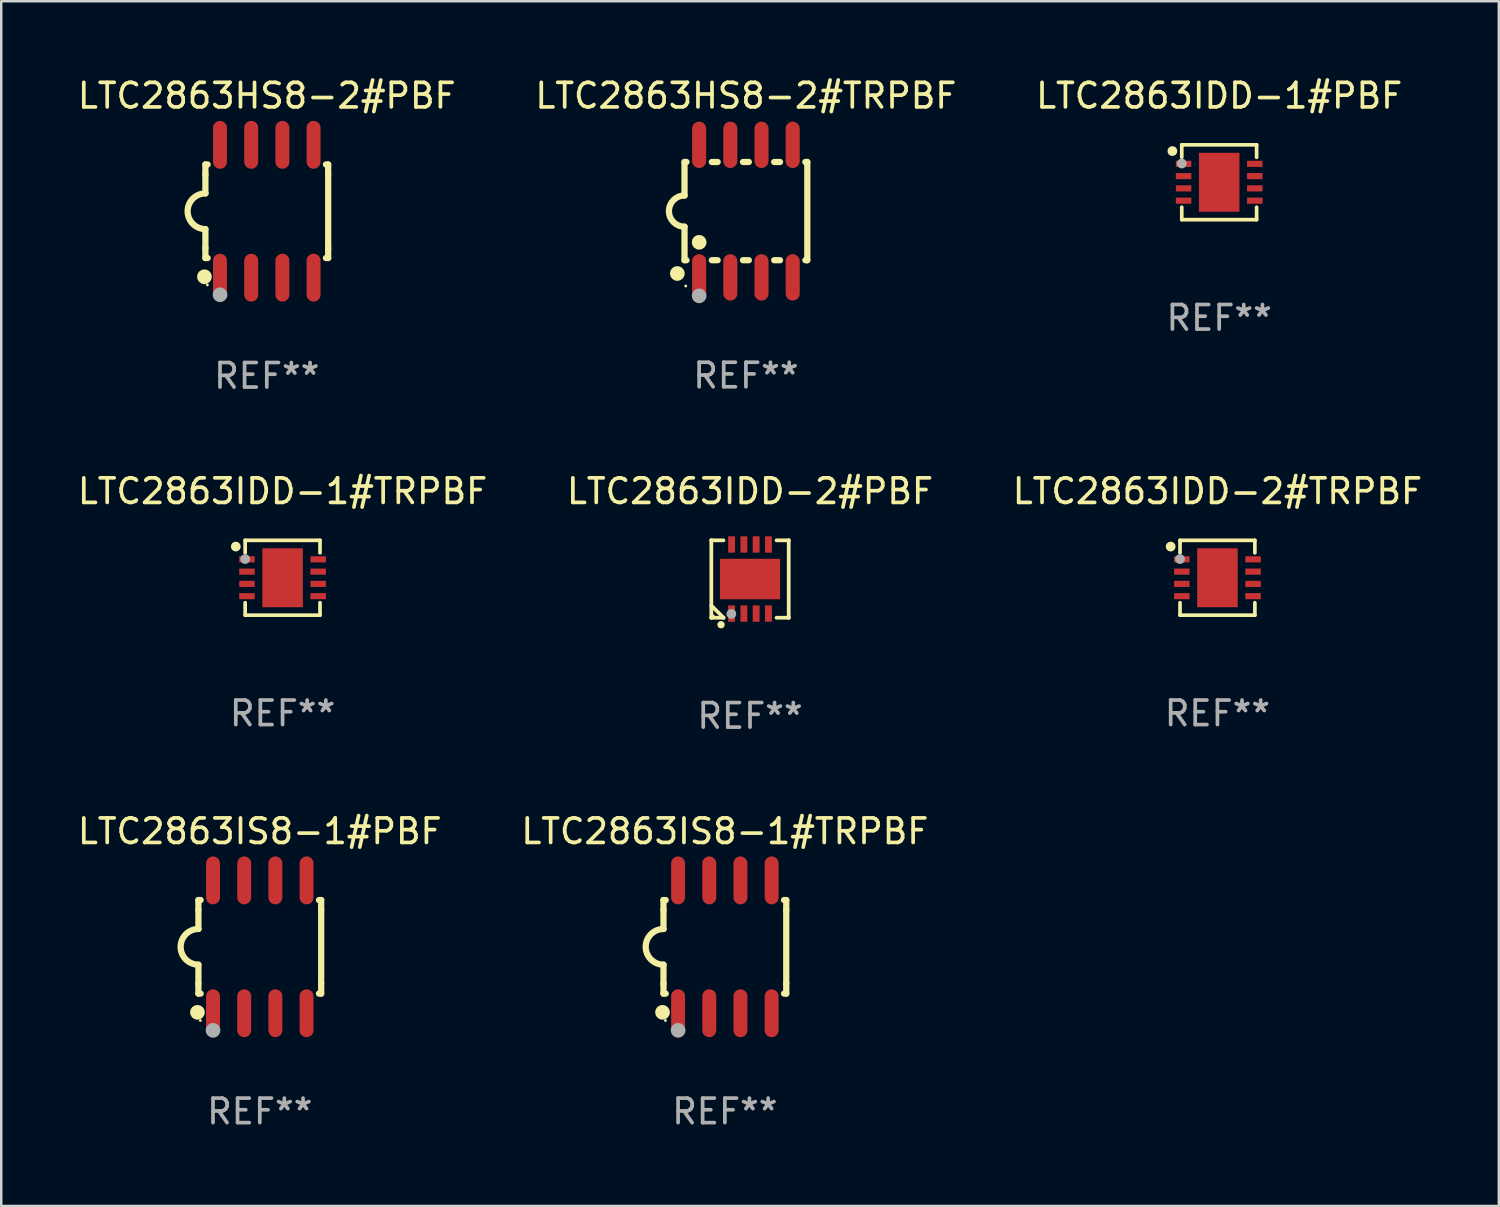
<source format=kicad_pcb>
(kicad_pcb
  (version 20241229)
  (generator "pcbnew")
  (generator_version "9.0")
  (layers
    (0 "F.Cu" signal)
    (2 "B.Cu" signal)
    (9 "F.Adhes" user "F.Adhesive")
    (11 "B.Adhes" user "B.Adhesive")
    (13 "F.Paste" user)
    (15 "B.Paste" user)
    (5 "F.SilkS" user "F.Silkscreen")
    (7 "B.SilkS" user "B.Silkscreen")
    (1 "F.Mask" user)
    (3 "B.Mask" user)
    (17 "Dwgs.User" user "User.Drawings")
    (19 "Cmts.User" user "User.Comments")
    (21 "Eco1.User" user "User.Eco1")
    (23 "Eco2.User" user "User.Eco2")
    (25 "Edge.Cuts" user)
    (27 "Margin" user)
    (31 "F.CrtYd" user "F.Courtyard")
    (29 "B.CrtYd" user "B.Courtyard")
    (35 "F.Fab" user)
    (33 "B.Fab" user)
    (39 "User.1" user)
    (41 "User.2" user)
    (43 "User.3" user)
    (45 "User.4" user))
  (footprint "LTC2863HS8-2#PBF"
    (layer "F.Cu")
    (at 7.815 5.553)
    (property "Reference" "LTC2863HS8-2#PBF" (at 0 -4.705 0) (layer "F.SilkS") (effects (font (size 1 1) (thickness 0.15))))
    (attr through_hole)
    (fp_line (start -2.5 -1.905) (end -2.409 -1.905) (stroke (width 0.254) (type solid)) (layer "F.SilkS"))
    (fp_line (start -2.5 -1.5) (end -2.5 -1.905) (stroke (width 0.254) (type solid)) (layer "F.SilkS"))
    (fp_line (start -2.5 -1.5) (end -2.5 -0.726) (stroke (width 0.254) (type solid)) (layer "F.SilkS"))
    (fp_line (start -2.5 1.5) (end -2.5 0.727) (stroke (width 0.254) (type solid)) (layer "F.SilkS"))
    (fp_line (start -2.5 1.5) (end -2.5 1.905) (stroke (width 0.254) (type solid)) (layer "F.SilkS"))
    (fp_line (start -2.5 1.905) (end -2.409 1.905) (stroke (width 0.254) (type solid)) (layer "F.SilkS"))
    (fp_line (start 2.5 -1.905) (end 2.409 -1.905) (stroke (width 0.254) (type solid)) (layer "F.SilkS"))
    (fp_line (start 2.5 -1.5) (end 2.5 -1.905) (stroke (width 0.254) (type solid)) (layer "F.SilkS"))
    (fp_line (start 2.5 -1.5) (end 2.5 1.5) (stroke (width 0.254) (type solid)) (layer "F.SilkS"))
    (fp_line (start 2.5 1.5) (end 2.5 1.905) (stroke (width 0.254) (type solid)) (layer "F.SilkS"))
    (fp_line (start 2.5 1.905) (end 2.409 1.905) (stroke (width 0.254) (type solid)) (layer "F.SilkS"))
    (fp_arc (start -2.5 0.726568) (mid -3.220316 -0.0023) (end -2.495097 -0.726289) (stroke (width 0.254001) (type solid)) (layer "F.SilkS"))
    (fp_circle (center -2.54 2.667) (end -2.39 2.667) (stroke (width 0.3) (type solid)) (fill no) (layer "F.SilkS"))
    (fp_circle (center -2.42 3) (end -2.39 3) (stroke (width 0.06) (type solid)) (fill no) (layer "F.SilkS"))
    (fp_circle (center -1.905 3.4) (end -1.755 3.4) (stroke (width 0.3) (type solid)) (fill no) (layer "F.Fab"))
    (fp_text user "REF**" (at 0 6.705 0) (layer "F.Fab") (effects (font (size 1 1) (thickness 0.15))))
    (pad "1" smd oval (at -1.905 2.705) (size 0.568 1.95) (layers "F.Cu" "F.Mask" "F.Paste"))
    (pad "2" smd oval (at -0.635 2.705) (size 0.568 1.95) (layers "F.Cu" "F.Mask" "F.Paste"))
    (pad "3" smd oval (at 0.635 2.705) (size 0.568 1.95) (layers "F.Cu" "F.Mask" "F.Paste"))
    (pad "4" smd oval (at 1.905 2.705) (size 0.568 1.95) (layers "F.Cu" "F.Mask" "F.Paste"))
    (pad "5" smd oval (at 1.905 -2.705) (size 0.568 1.95) (layers "F.Cu" "F.Mask" "F.Paste"))
    (pad "6" smd oval (at 0.635 -2.705) (size 0.568 1.95) (layers "F.Cu" "F.Mask" "F.Paste"))
    (pad "7" smd oval (at -0.635 -2.705) (size 0.568 1.95) (layers "F.Cu" "F.Mask" "F.Paste"))
    (pad "8" smd oval (at -1.905 -2.705) (size 0.568 1.95) (layers "F.Cu" "F.Mask" "F.Paste")))
  (footprint "LTC2863IS8-1#PBF"
    (layer "F.Cu")
    (at 7.53 35.509)
    (property "Reference" "LTC2863IS8-1#PBF" (at 0 -4.705 0) (layer "F.SilkS") (effects (font (size 1 1) (thickness 0.15))))
    (attr through_hole)
    (fp_line (start -2.5 -1.905) (end -2.409 -1.905) (stroke (width 0.254) (type solid)) (layer "F.SilkS"))
    (fp_line (start -2.5 -1.5) (end -2.5 -1.905) (stroke (width 0.254) (type solid)) (layer "F.SilkS"))
    (fp_line (start -2.5 -1.5) (end -2.5 -0.726) (stroke (width 0.254) (type solid)) (layer "F.SilkS"))
    (fp_line (start -2.5 1.5) (end -2.5 0.727) (stroke (width 0.254) (type solid)) (layer "F.SilkS"))
    (fp_line (start -2.5 1.5) (end -2.5 1.905) (stroke (width 0.254) (type solid)) (layer "F.SilkS"))
    (fp_line (start -2.5 1.905) (end -2.409 1.905) (stroke (width 0.254) (type solid)) (layer "F.SilkS"))
    (fp_line (start 2.5 -1.905) (end 2.409 -1.905) (stroke (width 0.254) (type solid)) (layer "F.SilkS"))
    (fp_line (start 2.5 -1.5) (end 2.5 -1.905) (stroke (width 0.254) (type solid)) (layer "F.SilkS"))
    (fp_line (start 2.5 -1.5) (end 2.5 1.5) (stroke (width 0.254) (type solid)) (layer "F.SilkS"))
    (fp_line (start 2.5 1.5) (end 2.5 1.905) (stroke (width 0.254) (type solid)) (layer "F.SilkS"))
    (fp_line (start 2.5 1.905) (end 2.409 1.905) (stroke (width 0.254) (type solid)) (layer "F.SilkS"))
    (fp_arc (start -2.5 0.726568) (mid -3.220316 -0.0023) (end -2.495097 -0.726289) (stroke (width 0.254001) (type solid)) (layer "F.SilkS"))
    (fp_circle (center -2.54 2.667) (end -2.39 2.667) (stroke (width 0.3) (type solid)) (fill no) (layer "F.SilkS"))
    (fp_circle (center -2.42 3) (end -2.39 3) (stroke (width 0.06) (type solid)) (fill no) (layer "F.SilkS"))
    (fp_circle (center -1.905 3.4) (end -1.755 3.4) (stroke (width 0.3) (type solid)) (fill no) (layer "F.Fab"))
    (fp_text user "REF**" (at 0 6.705 0) (layer "F.Fab") (effects (font (size 1 1) (thickness 0.15))))
    (pad "1" smd oval (at -1.905 2.705) (size 0.568 1.95) (layers "F.Cu" "F.Mask" "F.Paste"))
    (pad "2" smd oval (at -0.635 2.705) (size 0.568 1.95) (layers "F.Cu" "F.Mask" "F.Paste"))
    (pad "3" smd oval (at 0.635 2.705) (size 0.568 1.95) (layers "F.Cu" "F.Mask" "F.Paste"))
    (pad "4" smd oval (at 1.905 2.705) (size 0.568 1.95) (layers "F.Cu" "F.Mask" "F.Paste"))
    (pad "5" smd oval (at 1.905 -2.705) (size 0.568 1.95) (layers "F.Cu" "F.Mask" "F.Paste"))
    (pad "6" smd oval (at 0.635 -2.705) (size 0.568 1.95) (layers "F.Cu" "F.Mask" "F.Paste"))
    (pad "7" smd oval (at -0.635 -2.705) (size 0.568 1.95) (layers "F.Cu" "F.Mask" "F.Paste"))
    (pad "8" smd oval (at -1.905 -2.705) (size 0.568 1.95) (layers "F.Cu" "F.Mask" "F.Paste")))
  (footprint "LTC2863IDD-1#PBF"
    (layer "F.Cu")
    (at 46.601 4.372)
    (property "Reference" "LTC2863IDD-1#PBF" (at 0 -3.524 0) (layer "F.SilkS") (effects (font (size 1 1) (thickness 0.15))))
    (attr through_hole)
    (fp_line (start -1.524 -1.524) (end 1.524 -1.524) (stroke (width 0.15) (type solid)) (layer "F.SilkS"))
    (fp_line (start -1.524 -1.016) (end -1.524 -1.524) (stroke (width 0.15) (type solid)) (layer "F.SilkS"))
    (fp_line (start -1.524 1.016) (end -1.524 1.524) (stroke (width 0.15) (type solid)) (layer "F.SilkS"))
    (fp_line (start -1.524 1.524) (end 1.524 1.524) (stroke (width 0.15) (type solid)) (layer "F.SilkS"))
    (fp_line (start 1.524 -1.524) (end 1.524 -1.016) (stroke (width 0.15) (type solid)) (layer "F.SilkS"))
    (fp_line (start 1.524 1.524) (end 1.524 1.016) (stroke (width 0.15) (type solid)) (layer "F.SilkS"))
    (fp_circle (center -1.905 -1.27) (end -1.805 -1.27) (stroke (width 0.2) (type solid)) (fill no) (layer "F.SilkS"))
    (fp_circle (center -1.5 -1.5) (end -1.47 -1.5) (stroke (width 0.06) (type solid)) (fill no) (layer "F.SilkS"))
    (fp_circle (center -1.524 -0.762) (end -1.424 -0.762) (stroke (width 0.2) (type solid)) (fill no) (layer "F.Fab"))
    (fp_text user "REF**" (at 0 5.524 0) (layer "F.Fab") (effects (font (size 1 1) (thickness 0.15))))
    (pad "1" smd rect (at -1.45 -0.75) (size 0.63 0.25) (layers "F.Cu" "F.Mask" "F.Paste"))
    (pad "2" smd rect (at -1.45 -0.25) (size 0.63 0.25) (layers "F.Cu" "F.Mask" "F.Paste"))
    (pad "3" smd rect (at -1.45 0.25) (size 0.63 0.25) (layers "F.Cu" "F.Mask" "F.Paste"))
    (pad "4" smd rect (at -1.45 0.75) (size 0.63 0.25) (layers "F.Cu" "F.Mask" "F.Paste"))
    (pad "5" smd rect (at 1.45 0.75) (size 0.63 0.25) (layers "F.Cu" "F.Mask" "F.Paste"))
    (pad "6" smd rect (at 1.45 0.25) (size 0.63 0.25) (layers "F.Cu" "F.Mask" "F.Paste"))
    (pad "7" smd rect (at 1.45 -0.25) (size 0.63 0.25) (layers "F.Cu" "F.Mask" "F.Paste"))
    (pad "8" smd rect (at 1.45 -0.75) (size 0.63 0.25) (layers "F.Cu" "F.Mask" "F.Paste"))
    (pad "9" smd rect (at -0.000025 0.000127) (size 1.65 2.4) (layers "F.Cu" "F.Mask" "F.Paste")))
  (footprint "LTC2863IS8-1#TRPBF"
    (layer "F.Cu")
    (at 26.47 35.509)
    (property "Reference" "LTC2863IS8-1#TRPBF" (at 0 -4.705 0) (layer "F.SilkS") (effects (font (size 1 1) (thickness 0.15))))
    (attr through_hole)
    (fp_line (start -2.5 -1.905) (end -2.409 -1.905) (stroke (width 0.254) (type solid)) (layer "F.SilkS"))
    (fp_line (start -2.5 -1.5) (end -2.5 -1.905) (stroke (width 0.254) (type solid)) (layer "F.SilkS"))
    (fp_line (start -2.5 -1.5) (end -2.5 -0.726) (stroke (width 0.254) (type solid)) (layer "F.SilkS"))
    (fp_line (start -2.5 1.5) (end -2.5 0.727) (stroke (width 0.254) (type solid)) (layer "F.SilkS"))
    (fp_line (start -2.5 1.5) (end -2.5 1.905) (stroke (width 0.254) (type solid)) (layer "F.SilkS"))
    (fp_line (start -2.5 1.905) (end -2.409 1.905) (stroke (width 0.254) (type solid)) (layer "F.SilkS"))
    (fp_line (start 2.5 -1.905) (end 2.409 -1.905) (stroke (width 0.254) (type solid)) (layer "F.SilkS"))
    (fp_line (start 2.5 -1.5) (end 2.5 -1.905) (stroke (width 0.254) (type solid)) (layer "F.SilkS"))
    (fp_line (start 2.5 -1.5) (end 2.5 1.5) (stroke (width 0.254) (type solid)) (layer "F.SilkS"))
    (fp_line (start 2.5 1.5) (end 2.5 1.905) (stroke (width 0.254) (type solid)) (layer "F.SilkS"))
    (fp_line (start 2.5 1.905) (end 2.409 1.905) (stroke (width 0.254) (type solid)) (layer "F.SilkS"))
    (fp_arc (start -2.5 0.726568) (mid -3.220316 -0.0023) (end -2.495097 -0.726289) (stroke (width 0.254001) (type solid)) (layer "F.SilkS"))
    (fp_circle (center -2.54 2.667) (end -2.39 2.667) (stroke (width 0.3) (type solid)) (fill no) (layer "F.SilkS"))
    (fp_circle (center -2.42 3) (end -2.39 3) (stroke (width 0.06) (type solid)) (fill no) (layer "F.SilkS"))
    (fp_circle (center -1.905 3.4) (end -1.755 3.4) (stroke (width 0.3) (type solid)) (fill no) (layer "F.Fab"))
    (fp_text user "REF**" (at 0 6.705 0) (layer "F.Fab") (effects (font (size 1 1) (thickness 0.15))))
    (pad "1" smd oval (at -1.905 2.705) (size 0.568 1.95) (layers "F.Cu" "F.Mask" "F.Paste"))
    (pad "2" smd oval (at -0.635 2.705) (size 0.568 1.95) (layers "F.Cu" "F.Mask" "F.Paste"))
    (pad "3" smd oval (at 0.635 2.705) (size 0.568 1.95) (layers "F.Cu" "F.Mask" "F.Paste"))
    (pad "4" smd oval (at 1.905 2.705) (size 0.568 1.95) (layers "F.Cu" "F.Mask" "F.Paste"))
    (pad "5" smd oval (at 1.905 -2.705) (size 0.568 1.95) (layers "F.Cu" "F.Mask" "F.Paste"))
    (pad "6" smd oval (at 0.635 -2.705) (size 0.568 1.95) (layers "F.Cu" "F.Mask" "F.Paste"))
    (pad "7" smd oval (at -0.635 -2.705) (size 0.568 1.95) (layers "F.Cu" "F.Mask" "F.Paste"))
    (pad "8" smd oval (at -1.905 -2.705) (size 0.568 1.95) (layers "F.Cu" "F.Mask" "F.Paste")))
  (footprint "LTC2863HS8-2#TRPBF"
    (layer "F.Cu")
    (at 27.327 5.547)
    (property "Reference" "LTC2863HS8-2#TRPBF" (at 0 -4.699 0) (layer "F.SilkS") (effects (font (size 1 1) (thickness 0.15))))
    (attr through_hole)
    (fp_line (start -2.5 -2) (end -2.5 -0.635) (stroke (width 0.254) (type solid)) (layer "F.SilkS"))
    (fp_line (start -2.5 -2) (end -2.421 -2) (stroke (width 0.254) (type solid)) (layer "F.SilkS"))
    (fp_line (start -2.5 2) (end -2.5 0.635) (stroke (width 0.254) (type solid)) (layer "F.SilkS"))
    (fp_line (start -2.5 2) (end -2.421 2) (stroke (width 0.254) (type solid)) (layer "F.SilkS"))
    (fp_line (start -1.389 -2) (end -1.151 -2) (stroke (width 0.254) (type solid)) (layer "F.SilkS"))
    (fp_line (start -1.389 2) (end -1.151 2) (stroke (width 0.254) (type solid)) (layer "F.SilkS"))
    (fp_line (start -0.119 -2) (end 0.119 -2) (stroke (width 0.254) (type solid)) (layer "F.SilkS"))
    (fp_line (start -0.119 2) (end 0.119 2) (stroke (width 0.254) (type solid)) (layer "F.SilkS"))
    (fp_line (start 1.151 -2) (end 1.389 -2) (stroke (width 0.254) (type solid)) (layer "F.SilkS"))
    (fp_line (start 1.151 2) (end 1.389 2) (stroke (width 0.254) (type solid)) (layer "F.SilkS"))
    (fp_line (start 2.421 -2) (end 2.5 -2) (stroke (width 0.254) (type solid)) (layer "F.SilkS"))
    (fp_line (start 2.421 2) (end 2.5 2) (stroke (width 0.254) (type solid)) (layer "F.SilkS"))
    (fp_line (start 2.5 -2) (end 2.5 2) (stroke (width 0.254) (type solid)) (layer "F.SilkS"))
    (fp_arc (start -2.5 0.635001) (mid -3.134366 -0.000318) (end -2.499365 -0.635001) (stroke (width 0.254001) (type solid)) (layer "F.SilkS"))
    (fp_circle (center -2.794 2.54) (end -2.644 2.54) (stroke (width 0.3) (type solid)) (fill no) (layer "F.SilkS"))
    (fp_circle (center -2.45 3.05) (end -2.42 3.05) (stroke (width 0.06) (type solid)) (fill no) (layer "F.SilkS"))
    (fp_circle (center -1.905 1.27) (end -1.755 1.27) (stroke (width 0.3) (type solid)) (fill no) (layer "F.SilkS"))
    (fp_circle (center -1.905 3.45) (end -1.755 3.45) (stroke (width 0.3) (type solid)) (fill no) (layer "F.Fab"))
    (fp_text user "REF**" (at 0 6.699 0) (layer "F.Fab") (effects (font (size 1 1) (thickness 0.15))))
    (pad "1" smd oval (at -1.905 2.699) (size 0.574 1.888) (layers "F.Cu" "F.Mask" "F.Paste"))
    (pad "2" smd oval (at -0.635 2.699) (size 0.574 1.888) (layers "F.Cu" "F.Mask" "F.Paste"))
    (pad "3" smd oval (at 0.635 2.699) (size 0.574 1.888) (layers "F.Cu" "F.Mask" "F.Paste"))
    (pad "4" smd oval (at 1.905 2.699) (size 0.574 1.888) (layers "F.Cu" "F.Mask" "F.Paste"))
    (pad "5" smd oval (at 1.905 -2.699) (size 0.574 1.888) (layers "F.Cu" "F.Mask" "F.Paste"))
    (pad "6" smd oval (at 0.635 -2.699) (size 0.574 1.888) (layers "F.Cu" "F.Mask" "F.Paste"))
    (pad "7" smd oval (at -0.635 -2.699) (size 0.574 1.888) (layers "F.Cu" "F.Mask" "F.Paste"))
    (pad "8" smd oval (at -1.905 -2.699) (size 0.574 1.888) (layers "F.Cu" "F.Mask" "F.Paste")))
  (footprint "LTC2863IDD-1#TRPBF"
    (layer "F.Cu")
    (at 8.458 20.479)
    (property "Reference" "LTC2863IDD-1#TRPBF" (at 0 -3.524 0) (layer "F.SilkS") (effects (font (size 1 1) (thickness 0.15))))
    (attr through_hole)
    (fp_line (start -1.524 -1.524) (end 1.524 -1.524) (stroke (width 0.15) (type solid)) (layer "F.SilkS"))
    (fp_line (start -1.524 -1.016) (end -1.524 -1.524) (stroke (width 0.15) (type solid)) (layer "F.SilkS"))
    (fp_line (start -1.524 1.016) (end -1.524 1.524) (stroke (width 0.15) (type solid)) (layer "F.SilkS"))
    (fp_line (start -1.524 1.524) (end 1.524 1.524) (stroke (width 0.15) (type solid)) (layer "F.SilkS"))
    (fp_line (start 1.524 -1.524) (end 1.524 -1.016) (stroke (width 0.15) (type solid)) (layer "F.SilkS"))
    (fp_line (start 1.524 1.524) (end 1.524 1.016) (stroke (width 0.15) (type solid)) (layer "F.SilkS"))
    (fp_circle (center -1.905 -1.27) (end -1.805 -1.27) (stroke (width 0.2) (type solid)) (fill no) (layer "F.SilkS"))
    (fp_circle (center -1.5 -1.5) (end -1.47 -1.5) (stroke (width 0.06) (type solid)) (fill no) (layer "F.SilkS"))
    (fp_circle (center -1.524 -0.762) (end -1.424 -0.762) (stroke (width 0.2) (type solid)) (fill no) (layer "F.Fab"))
    (fp_text user "REF**" (at 0 5.524 0) (layer "F.Fab") (effects (font (size 1 1) (thickness 0.15))))
    (pad "1" smd rect (at -1.45 -0.75) (size 0.63 0.25) (layers "F.Cu" "F.Mask" "F.Paste"))
    (pad "2" smd rect (at -1.45 -0.25) (size 0.63 0.25) (layers "F.Cu" "F.Mask" "F.Paste"))
    (pad "3" smd rect (at -1.45 0.25) (size 0.63 0.25) (layers "F.Cu" "F.Mask" "F.Paste"))
    (pad "4" smd rect (at -1.45 0.75) (size 0.63 0.25) (layers "F.Cu" "F.Mask" "F.Paste"))
    (pad "5" smd rect (at 1.45 0.75) (size 0.63 0.25) (layers "F.Cu" "F.Mask" "F.Paste"))
    (pad "6" smd rect (at 1.45 0.25) (size 0.63 0.25) (layers "F.Cu" "F.Mask" "F.Paste"))
    (pad "7" smd rect (at 1.45 -0.25) (size 0.63 0.25) (layers "F.Cu" "F.Mask" "F.Paste"))
    (pad "8" smd rect (at 1.45 -0.75) (size 0.63 0.25) (layers "F.Cu" "F.Mask" "F.Paste"))
    (pad "9" smd rect (at -0.000025 0.000127) (size 1.65 2.4) (layers "F.Cu" "F.Mask" "F.Paste")))
  (footprint "LTC2863IDD-2#PBF"
    (layer "F.Cu")
    (at 27.494 20.531)
    (property "Reference" "LTC2863IDD-2#PBF" (at 0 -3.576 0) (layer "F.SilkS") (effects (font (size 1 1) (thickness 0.15))))
    (attr through_hole)
    (fp_line (start -1.576 -1.576) (end -1.576 -1.576) (stroke (width 0.152) (type solid)) (layer "F.SilkS"))
    (fp_line (start -1.576 -1.576) (end -1.08 -1.576) (stroke (width 0.152) (type solid)) (layer "F.SilkS"))
    (fp_line (start -1.576 1.576) (end -1.576 -1.576) (stroke (width 0.152) (type solid)) (layer "F.SilkS"))
    (fp_line (start -1.576 1.576) (end -1.576 1.576) (stroke (width 0.152) (type solid)) (layer "F.SilkS"))
    (fp_line (start -1.08 1.575) (end -1.576 1.079) (stroke (width 0.152) (type solid)) (layer "F.SilkS"))
    (fp_line (start -1.08 1.576) (end -1.576 1.576) (stroke (width 0.152) (type solid)) (layer "F.SilkS"))
    (fp_line (start -1.08 1.576) (end -1.08 1.575) (stroke (width 0.152) (type solid)) (layer "F.SilkS"))
    (fp_line (start 1.08 1.576) (end 1.576 1.576) (stroke (width 0.152) (type solid)) (layer "F.SilkS"))
    (fp_line (start 1.576 -1.576) (end 1.08 -1.576) (stroke (width 0.152) (type solid)) (layer "F.SilkS"))
    (fp_line (start 1.576 -1.576) (end 1.576 -1.576) (stroke (width 0.152) (type solid)) (layer "F.SilkS"))
    (fp_line (start 1.576 1.576) (end 1.576 -1.576) (stroke (width 0.152) (type solid)) (layer "F.SilkS"))
    (fp_line (start 1.576 1.576) (end 1.576 1.576) (stroke (width 0.152) (type solid)) (layer "F.SilkS"))
    (fp_circle (center -1.5 1.5) (end -1.47 1.5) (stroke (width 0.06) (type solid)) (fill no) (layer "F.SilkS"))
    (fp_circle (center -1.18 1.86) (end -1.105 1.86) (stroke (width 0.15) (type solid)) (fill no) (layer "F.SilkS"))
    (fp_circle (center -0.76 1.42) (end -0.66 1.42) (stroke (width 0.2) (type solid)) (fill no) (layer "F.Fab"))
    (fp_text user "REF**" (at 0 5.576 0) (layer "F.Fab") (effects (font (size 1 1) (thickness 0.15))))
    (pad "1" smd rect (at -0.75 1.407) (size 0.28 0.665) (layers "F.Cu" "F.Mask" "F.Paste"))
    (pad "2" smd rect (at -0.25 1.407) (size 0.28 0.665) (layers "F.Cu" "F.Mask" "F.Paste"))
    (pad "3" smd rect (at 0.25 1.407) (size 0.28 0.665) (layers "F.Cu" "F.Mask" "F.Paste"))
    (pad "4" smd rect (at 0.75 1.407) (size 0.28 0.665) (layers "F.Cu" "F.Mask" "F.Paste"))
    (pad "5" smd rect (at 0.75 -1.407) (size 0.28 0.665) (layers "F.Cu" "F.Mask" "F.Paste"))
    (pad "6" smd rect (at 0.25 -1.407) (size 0.28 0.665) (layers "F.Cu" "F.Mask" "F.Paste"))
    (pad "7" smd rect (at -0.25 -1.407) (size 0.28 0.665) (layers "F.Cu" "F.Mask" "F.Paste"))
    (pad "8" smd rect (at -0.75 -1.407) (size 0.28 0.665) (layers "F.Cu" "F.Mask" "F.Paste"))
    (pad "9" smd rect (at 0 0) (size 2.45 1.65) (layers "F.Cu" "F.Mask" "F.Paste")))
  (footprint "LTC2863IDD-2#TRPBF"
    (layer "F.Cu")
    (at 46.53 20.479)
    (property "Reference" "LTC2863IDD-2#TRPBF" (at 0 -3.524 0) (layer "F.SilkS") (effects (font (size 1 1) (thickness 0.15))))
    (attr through_hole)
    (fp_line (start -1.524 -1.524) (end 1.524 -1.524) (stroke (width 0.15) (type solid)) (layer "F.SilkS"))
    (fp_line (start -1.524 -1.016) (end -1.524 -1.524) (stroke (width 0.15) (type solid)) (layer "F.SilkS"))
    (fp_line (start -1.524 1.016) (end -1.524 1.524) (stroke (width 0.15) (type solid)) (layer "F.SilkS"))
    (fp_line (start -1.524 1.524) (end 1.524 1.524) (stroke (width 0.15) (type solid)) (layer "F.SilkS"))
    (fp_line (start 1.524 -1.524) (end 1.524 -1.016) (stroke (width 0.15) (type solid)) (layer "F.SilkS"))
    (fp_line (start 1.524 1.524) (end 1.524 1.016) (stroke (width 0.15) (type solid)) (layer "F.SilkS"))
    (fp_circle (center -1.905 -1.27) (end -1.805 -1.27) (stroke (width 0.2) (type solid)) (fill no) (layer "F.SilkS"))
    (fp_circle (center -1.5 -1.5) (end -1.47 -1.5) (stroke (width 0.06) (type solid)) (fill no) (layer "F.SilkS"))
    (fp_circle (center -1.524 -0.762) (end -1.424 -0.762) (stroke (width 0.2) (type solid)) (fill no) (layer "F.Fab"))
    (fp_text user "REF**" (at 0 5.524 0) (layer "F.Fab") (effects (font (size 1 1) (thickness 0.15))))
    (pad "1" smd rect (at -1.45 -0.75) (size 0.63 0.25) (layers "F.Cu" "F.Mask" "F.Paste"))
    (pad "2" smd rect (at -1.45 -0.25) (size 0.63 0.25) (layers "F.Cu" "F.Mask" "F.Paste"))
    (pad "3" smd rect (at -1.45 0.25) (size 0.63 0.25) (layers "F.Cu" "F.Mask" "F.Paste"))
    (pad "4" smd rect (at -1.45 0.75) (size 0.63 0.25) (layers "F.Cu" "F.Mask" "F.Paste"))
    (pad "5" smd rect (at 1.45 0.75) (size 0.63 0.25) (layers "F.Cu" "F.Mask" "F.Paste"))
    (pad "6" smd rect (at 1.45 0.25) (size 0.63 0.25) (layers "F.Cu" "F.Mask" "F.Paste"))
    (pad "7" smd rect (at 1.45 -0.25) (size 0.63 0.25) (layers "F.Cu" "F.Mask" "F.Paste"))
    (pad "8" smd rect (at 1.45 -0.75) (size 0.63 0.25) (layers "F.Cu" "F.Mask" "F.Paste"))
    (pad "9" smd rect (at -0.000025 0.000127) (size 1.65 2.4) (layers "F.Cu" "F.Mask" "F.Paste")))
  (gr_rect
    (start -3 -3)
    (end 57.988 46.062)
    (stroke (width 0.1) (type default))
    (fill no)
    (layer "Edge.Cuts")))
</source>
